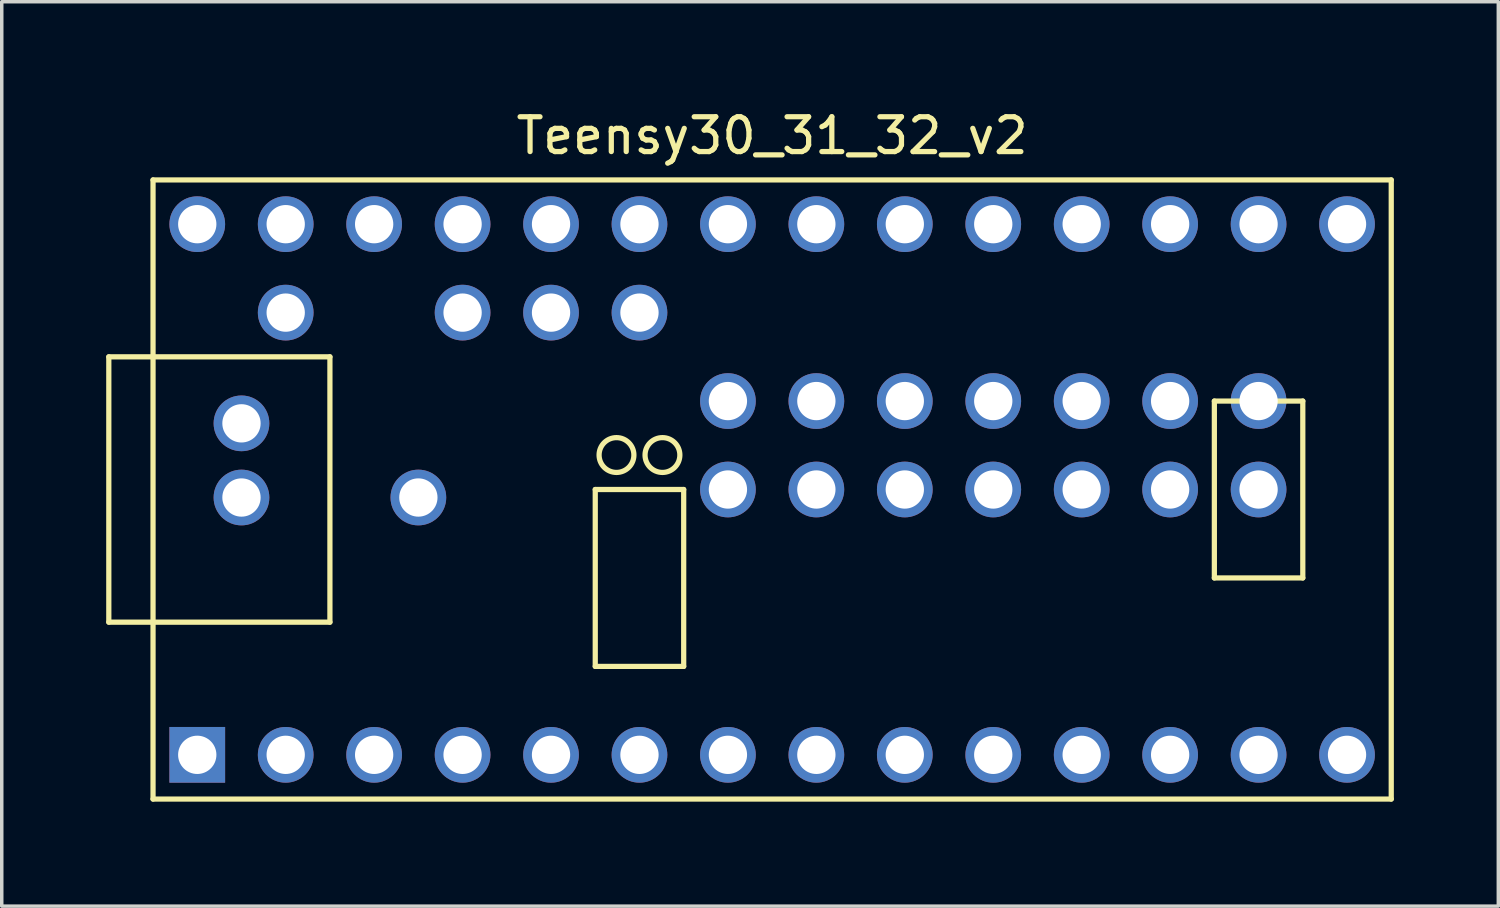
<source format=kicad_pcb>
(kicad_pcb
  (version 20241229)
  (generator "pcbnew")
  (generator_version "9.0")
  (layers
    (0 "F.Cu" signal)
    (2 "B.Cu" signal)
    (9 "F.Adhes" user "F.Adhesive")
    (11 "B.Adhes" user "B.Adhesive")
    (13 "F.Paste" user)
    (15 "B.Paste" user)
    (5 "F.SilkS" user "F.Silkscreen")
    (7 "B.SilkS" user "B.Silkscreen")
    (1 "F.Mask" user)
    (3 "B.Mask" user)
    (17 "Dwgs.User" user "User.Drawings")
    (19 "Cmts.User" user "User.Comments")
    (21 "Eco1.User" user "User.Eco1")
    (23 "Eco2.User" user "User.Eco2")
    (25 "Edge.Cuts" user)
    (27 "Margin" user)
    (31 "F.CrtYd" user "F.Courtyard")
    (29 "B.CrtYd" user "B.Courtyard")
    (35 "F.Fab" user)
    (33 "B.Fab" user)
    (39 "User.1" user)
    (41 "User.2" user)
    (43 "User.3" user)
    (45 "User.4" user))
  (footprint "Teensy30_31_32_v2"
    (layer "F.Cu")
    (at 19.125 11.008)
    (property "Reference" "Teensy30_31_32_v2" (at 0 -10.16 180) (layer "F.SilkS") (effects (font (size 1 1) (thickness 0.15))))
    (attr through_hole)
    (fp_line (start -19.05 -3.81) (end -17.78 -3.81) (stroke (width 0.15) (type solid)) (layer "F.SilkS"))
    (fp_line (start -19.05 3.81) (end -19.05 -3.81) (stroke (width 0.15) (type solid)) (layer "F.SilkS"))
    (fp_line (start -17.78 -8.89) (end 17.78 -8.89) (stroke (width 0.15) (type solid)) (layer "F.SilkS"))
    (fp_line (start -17.78 3.81) (end -19.05 3.81) (stroke (width 0.15) (type solid)) (layer "F.SilkS"))
    (fp_line (start -17.78 8.89) (end -17.78 -8.89) (stroke (width 0.15) (type solid)) (layer "F.SilkS"))
    (fp_line (start -12.7 -3.81) (end -17.78 -3.81) (stroke (width 0.15) (type solid)) (layer "F.SilkS"))
    (fp_line (start -12.7 3.81) (end -17.78 3.81) (stroke (width 0.15) (type solid)) (layer "F.SilkS"))
    (fp_line (start -12.7 3.81) (end -12.7 -3.81) (stroke (width 0.15) (type solid)) (layer "F.SilkS"))
    (fp_line (start -5.08 0) (end -2.54 0) (stroke (width 0.15) (type solid)) (layer "F.SilkS"))
    (fp_line (start -5.08 5.08) (end -5.08 0) (stroke (width 0.15) (type solid)) (layer "F.SilkS"))
    (fp_line (start -2.54 0) (end -2.54 5.08) (stroke (width 0.15) (type solid)) (layer "F.SilkS"))
    (fp_line (start -2.54 5.08) (end -5.08 5.08) (stroke (width 0.15) (type solid)) (layer "F.SilkS"))
    (fp_line (start 12.7 -2.54) (end 15.24 -2.54) (stroke (width 0.15) (type solid)) (layer "F.SilkS"))
    (fp_line (start 12.7 2.54) (end 12.7 -2.54) (stroke (width 0.15) (type solid)) (layer "F.SilkS"))
    (fp_line (start 15.24 -2.54) (end 15.24 2.54) (stroke (width 0.15) (type solid)) (layer "F.SilkS"))
    (fp_line (start 15.24 2.54) (end 12.7 2.54) (stroke (width 0.15) (type solid)) (layer "F.SilkS"))
    (fp_line (start 17.78 -8.89) (end 17.78 8.89) (stroke (width 0.15) (type solid)) (layer "F.SilkS"))
    (fp_line (start 17.78 8.89) (end -17.78 8.89) (stroke (width 0.15) (type solid)) (layer "F.SilkS"))
    (fp_circle (center -4.47 -0.99) (end -3.97 -0.99) (stroke (width 0.15) (type solid)) (fill no) (layer "F.SilkS"))
    (fp_circle (center -3.15 -0.99) (end -2.65 -0.99) (stroke (width 0.15) (type solid)) (fill no) (layer "F.SilkS"))
    (pad "1" thru_hole rect (at -16.51 7.62) (size 1.6 1.6) (drill 1.1) (layers "*.Cu" "*.Mask"))
    (pad "2" thru_hole circle (at -13.97 7.62) (size 1.6 1.6) (drill 1.1) (layers "*.Cu" "*.Mask"))
    (pad "3" thru_hole circle (at -11.43 7.62) (size 1.6 1.6) (drill 1.1) (layers "*.Cu" "*.Mask"))
    (pad "4" thru_hole circle (at -8.89 7.62) (size 1.6 1.6) (drill 1.1) (layers "*.Cu" "*.Mask"))
    (pad "5" thru_hole circle (at -6.35 7.62) (size 1.6 1.6) (drill 1.1) (layers "*.Cu" "*.Mask"))
    (pad "6" thru_hole circle (at -3.81 7.62) (size 1.6 1.6) (drill 1.1) (layers "*.Cu" "*.Mask"))
    (pad "7" thru_hole circle (at -1.27 7.62) (size 1.6 1.6) (drill 1.1) (layers "*.Cu" "*.Mask"))
    (pad "8" thru_hole circle (at 1.27 7.62) (size 1.6 1.6) (drill 1.1) (layers "*.Cu" "*.Mask"))
    (pad "9" thru_hole circle (at 3.81 7.62) (size 1.6 1.6) (drill 1.1) (layers "*.Cu" "*.Mask"))
    (pad "10" thru_hole circle (at 6.35 7.62) (size 1.6 1.6) (drill 1.1) (layers "*.Cu" "*.Mask"))
    (pad "11" thru_hole circle (at 8.89 7.62) (size 1.6 1.6) (drill 1.1) (layers "*.Cu" "*.Mask"))
    (pad "12" thru_hole circle (at 11.43 7.62) (size 1.6 1.6) (drill 1.1) (layers "*.Cu" "*.Mask"))
    (pad "13" thru_hole circle (at 13.97 7.62) (size 1.6 1.6) (drill 1.1) (layers "*.Cu" "*.Mask"))
    (pad "14" thru_hole circle (at 16.51 7.62) (size 1.6 1.6) (drill 1.1) (layers "*.Cu" "*.Mask"))
    (pad "20" thru_hole circle (at 16.51 -7.62) (size 1.6 1.6) (drill 1.1) (layers "*.Cu" "*.Mask"))
    (pad "21" thru_hole circle (at 13.97 -7.62) (size 1.6 1.6) (drill 1.1) (layers "*.Cu" "*.Mask"))
    (pad "22" thru_hole circle (at 11.43 -7.62) (size 1.6 1.6) (drill 1.1) (layers "*.Cu" "*.Mask"))
    (pad "23" thru_hole circle (at 8.89 -7.62) (size 1.6 1.6) (drill 1.1) (layers "*.Cu" "*.Mask"))
    (pad "24" thru_hole circle (at 6.35 -7.62) (size 1.6 1.6) (drill 1.1) (layers "*.Cu" "*.Mask"))
    (pad "25" thru_hole circle (at 3.81 -7.62) (size 1.6 1.6) (drill 1.1) (layers "*.Cu" "*.Mask"))
    (pad "26" thru_hole circle (at 1.27 -7.62) (size 1.6 1.6) (drill 1.1) (layers "*.Cu" "*.Mask"))
    (pad "27" thru_hole circle (at -1.27 -7.62) (size 1.6 1.6) (drill 1.1) (layers "*.Cu" "*.Mask"))
    (pad "28" thru_hole circle (at -3.81 -7.62) (size 1.6 1.6) (drill 1.1) (layers "*.Cu" "*.Mask"))
    (pad "29" thru_hole circle (at -6.35 -7.62) (size 1.6 1.6) (drill 1.1) (layers "*.Cu" "*.Mask"))
    (pad "30" thru_hole circle (at -8.89 -7.62) (size 1.6 1.6) (drill 1.1) (layers "*.Cu" "*.Mask"))
    (pad "31" thru_hole circle (at -11.43 -7.62) (size 1.6 1.6) (drill 1.1) (layers "*.Cu" "*.Mask"))
    (pad "32" thru_hole circle (at -13.97 -7.62) (size 1.6 1.6) (drill 1.1) (layers "*.Cu" "*.Mask"))
    (pad "33" thru_hole circle (at -16.51 -7.62) (size 1.6 1.6) (drill 1.1) (layers "*.Cu" "*.Mask"))
    (pad "34" thru_hole circle (at -13.97 -5.08) (size 1.6 1.6) (drill 1.1) (layers "*.Cu" "*.Mask"))
    (pad "35" thru_hole circle (at -8.89 -5.08) (size 1.6 1.6) (drill 1.1) (layers "*.Cu" "*.Mask"))
    (pad "36" thru_hole circle (at -6.35 -5.08) (size 1.6 1.6) (drill 1.1) (layers "*.Cu" "*.Mask"))
    (pad "37" thru_hole circle (at -3.81 -5.08) (size 1.6 1.6) (drill 1.1) (layers "*.Cu" "*.Mask"))
    (pad "38" thru_hole circle (at -10.16 0.23) (size 1.6 1.6) (drill 1.1) (layers "*.Cu" "*.Mask"))
    (pad "39" thru_hole circle (at -15.24 0.23) (size 1.6 1.6) (drill 1.1) (layers "*.Cu" "*.Mask"))
    (pad "40" thru_hole circle (at -15.24 -1.9) (size 1.6 1.6) (drill 1.1) (layers "*.Cu" "*.Mask"))
    (pad "41" thru_hole circle (at -1.27 -2.54) (size 1.6 1.6) (drill 1.1) (layers "*.Cu" "*.Mask"))
    (pad "42" thru_hole circle (at 1.27 -2.54) (size 1.6 1.6) (drill 1.1) (layers "*.Cu" "*.Mask"))
    (pad "43" thru_hole circle (at 3.81 -2.54) (size 1.6 1.6) (drill 1.1) (layers "*.Cu" "*.Mask"))
    (pad "44" thru_hole circle (at 6.35 -2.54 90) (size 1.6 1.6) (drill 1.1) (layers "*.Cu" "*.Mask"))
    (pad "45" thru_hole circle (at 8.89 -2.54) (size 1.6 1.6) (drill 1.1) (layers "*.Cu" "*.Mask"))
    (pad "46" thru_hole circle (at 11.43 -2.54) (size 1.6 1.6) (drill 1.1) (layers "*.Cu" "*.Mask"))
    (pad "47" thru_hole circle (at 13.97 -2.54) (size 1.6 1.6) (drill 1.1) (layers "*.Cu" "*.Mask"))
    (pad "48" thru_hole circle (at 13.97 0) (size 1.6 1.6) (drill 1.1) (layers "*.Cu" "*.Mask"))
    (pad "49" thru_hole circle (at 11.43 0) (size 1.6 1.6) (drill 1.1) (layers "*.Cu" "*.Mask"))
    (pad "50" thru_hole circle (at 8.89 0) (size 1.6 1.6) (drill 1.1) (layers "*.Cu" "*.Mask"))
    (pad "51" thru_hole circle (at 6.35 0) (size 1.6 1.6) (drill 1.1) (layers "*.Cu" "*.Mask"))
    (pad "52" thru_hole circle (at 3.81 0) (size 1.6 1.6) (drill 1.1) (layers "*.Cu" "*.Mask"))
    (pad "53" thru_hole circle (at 1.27 0) (size 1.6 1.6) (drill 1.1) (layers "*.Cu" "*.Mask"))
    (pad "54" thru_hole circle (at -1.27 0) (size 1.6 1.6) (drill 1.1) (layers "*.Cu" "*.Mask")))
  (gr_rect
    (start -3 -3)
    (end 39.98 22.973)
    (stroke (width 0.1) (type default))
    (fill no)
    (layer "Edge.Cuts")))
</source>
